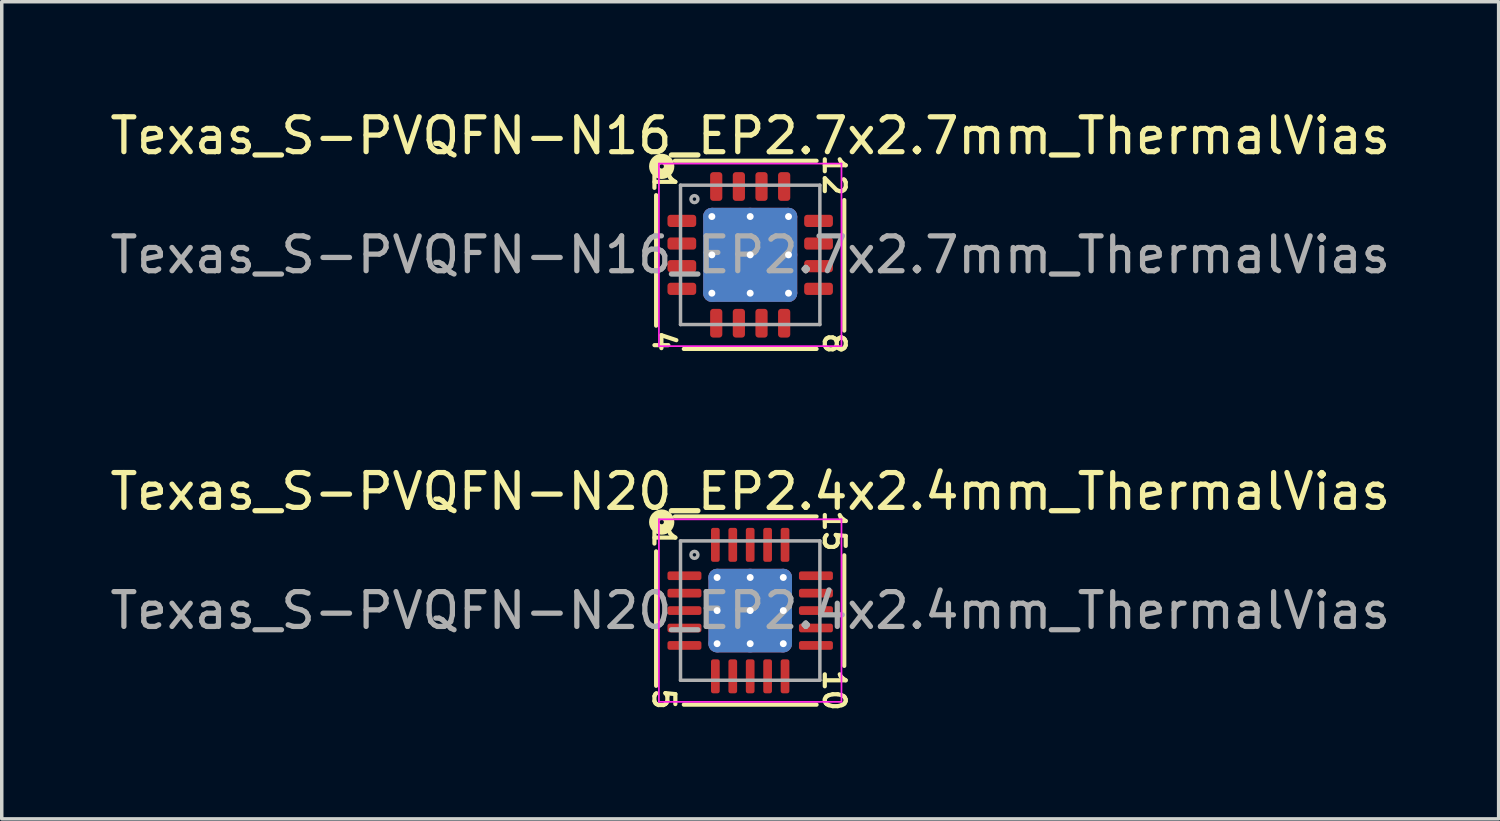
<source format=kicad_pcb>
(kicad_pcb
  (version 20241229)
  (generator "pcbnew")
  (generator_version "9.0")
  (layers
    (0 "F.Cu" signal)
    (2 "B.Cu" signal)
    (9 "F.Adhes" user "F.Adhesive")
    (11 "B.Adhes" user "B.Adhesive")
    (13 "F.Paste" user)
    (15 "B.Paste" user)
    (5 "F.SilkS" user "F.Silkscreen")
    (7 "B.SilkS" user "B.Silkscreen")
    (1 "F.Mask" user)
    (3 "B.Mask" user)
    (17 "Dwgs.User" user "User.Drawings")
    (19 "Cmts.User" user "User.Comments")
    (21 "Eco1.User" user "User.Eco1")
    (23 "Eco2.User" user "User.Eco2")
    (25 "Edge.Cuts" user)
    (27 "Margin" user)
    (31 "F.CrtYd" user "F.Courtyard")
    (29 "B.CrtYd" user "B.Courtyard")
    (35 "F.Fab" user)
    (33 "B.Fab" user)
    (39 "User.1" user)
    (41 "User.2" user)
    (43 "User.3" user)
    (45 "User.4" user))
  (footprint "Texas_S-PVQFN-N16_EP2.7x2.7mm_ThermalVias"
    (layer "F.Cu")
    (at 18.482 4.265)
    (property "Reference" "Texas_S-PVQFN-N16_EP2.7x2.7mm_ThermalVias" (at 0 -3.417 0) (layer "F.SilkS") (effects (font (size 1 1) (thickness 0.15))))
    (attr smd)
    (fp_line (start -2.7 -1.714) (end -2.7 2.032) (stroke (width 0.12) (type solid)) (layer "F.SilkS"))
    (fp_line (start -1.905 2.7) (end 1.905 2.7) (stroke (width 0.12) (type solid)) (layer "F.SilkS"))
    (fp_line (start 1.905 -2.7) (end -2.159 -2.7) (stroke (width 0.12) (type solid)) (layer "F.SilkS"))
    (fp_line (start 2.7 2.173) (end 2.7 -1.573) (stroke (width 0.12) (type solid)) (layer "F.SilkS"))
    (fp_circle (center -2.54 -2.54) (end -2.477 -2.54) (stroke (width 0.3) (type solid)) (fill no) (layer "F.SilkS"))
    (fp_line (start -2.62 -2.62) (end -2.62 2.62) (stroke (width 0.05) (type solid)) (layer "F.CrtYd"))
    (fp_line (start -2.62 2.62) (end 2.62 2.62) (stroke (width 0.05) (type solid)) (layer "F.CrtYd"))
    (fp_line (start 2.62 -2.62) (end -2.62 -2.62) (stroke (width 0.05) (type solid)) (layer "F.CrtYd"))
    (fp_line (start 2.62 2.62) (end 2.62 -2.62) (stroke (width 0.05) (type solid)) (layer "F.CrtYd"))
    (fp_line (start -2 -2) (end 2 -2) (stroke (width 0.1) (type solid)) (layer "F.Fab"))
    (fp_line (start -2 2) (end -2 -2) (stroke (width 0.1) (type solid)) (layer "F.Fab"))
    (fp_line (start 2 -2) (end 2 2) (stroke (width 0.1) (type solid)) (layer "F.Fab"))
    (fp_line (start 2 2) (end -2 2) (stroke (width 0.1) (type solid)) (layer "F.Fab"))
    (fp_circle (center -1.6 -1.6) (end -1.5 -1.6) (stroke (width 0.1) (type solid)) (fill no) (layer "F.Fab"))
    (fp_text user "12" (at 2.413 -2.286 270) (unlocked yes) (layer "F.SilkS") (effects (font (size 0.6 0.6) (thickness 0.12))))
    (fp_text user "8" (at 2.413 2.54 270) (unlocked yes) (layer "F.SilkS") (effects (font (size 0.6 0.6) (thickness 0.12))))
    (fp_text user "1" (at -2.477 -2.095 270) (unlocked yes) (layer "F.SilkS") (effects (font (size 0.6 0.6) (thickness 0.12))))
    (fp_text user "4" (at -2.477 2.477 270) (unlocked yes) (layer "F.SilkS") (effects (font (size 0.6 0.6) (thickness 0.12))))
    (fp_text user "${REFERENCE}" (at 0 0 0) (layer "F.Fab") (effects (font (size 1 1) (thickness 0.15))))
    (pad "" smd roundrect (at -0.55 -0.55) (size 0.955 0.955) (layers "F.Paste") (roundrect_rratio 0.25))
    (pad "" smd roundrect (at -0.55 0.55) (size 0.955 0.955) (layers "F.Paste") (roundrect_rratio 0.25))
    (pad "" smd roundrect (at 0.55 -0.55) (size 0.955 0.955) (layers "F.Paste") (roundrect_rratio 0.25))
    (pad "" smd roundrect (at 0.55 0.55) (size 0.955 0.955) (layers "F.Paste") (roundrect_rratio 0.25))
    (pad "1" smd roundrect (at -1.962 -0.975) (size 0.825 0.35) (layers "F.Cu" "F.Mask" "F.Paste") (roundrect_rratio 0.25))
    (pad "2" smd roundrect (at -1.962 -0.325) (size 0.825 0.35) (layers "F.Cu" "F.Mask" "F.Paste") (roundrect_rratio 0.25))
    (pad "3" smd roundrect (at -1.962 0.325) (size 0.825 0.35) (layers "F.Cu" "F.Mask" "F.Paste") (roundrect_rratio 0.25))
    (pad "4" smd roundrect (at -1.962 0.975) (size 0.825 0.35) (layers "F.Cu" "F.Mask" "F.Paste") (roundrect_rratio 0.25))
    (pad "5" smd roundrect (at -0.975 1.962) (size 0.35 0.825) (layers "F.Cu" "F.Mask" "F.Paste") (roundrect_rratio 0.25))
    (pad "6" smd roundrect (at -0.325 1.962) (size 0.35 0.825) (layers "F.Cu" "F.Mask" "F.Paste") (roundrect_rratio 0.25))
    (pad "7" smd roundrect (at 0.325 1.962) (size 0.35 0.825) (layers "F.Cu" "F.Mask" "F.Paste") (roundrect_rratio 0.25))
    (pad "8" smd roundrect (at 0.975 1.962) (size 0.35 0.825) (layers "F.Cu" "F.Mask" "F.Paste") (roundrect_rratio 0.25))
    (pad "9" smd roundrect (at 1.962 0.975) (size 0.825 0.35) (layers "F.Cu" "F.Mask" "F.Paste") (roundrect_rratio 0.25))
    (pad "10" smd roundrect (at 1.962 0.325) (size 0.825 0.35) (layers "F.Cu" "F.Mask" "F.Paste") (roundrect_rratio 0.25))
    (pad "11" smd roundrect (at 1.962 -0.325) (size 0.825 0.35) (layers "F.Cu" "F.Mask" "F.Paste") (roundrect_rratio 0.25))
    (pad "12" smd roundrect (at 1.962 -0.975) (size 0.825 0.35) (layers "F.Cu" "F.Mask" "F.Paste") (roundrect_rratio 0.25))
    (pad "13" smd roundrect (at 0.975 -1.962) (size 0.35 0.825) (layers "F.Cu" "F.Mask" "F.Paste") (roundrect_rratio 0.25))
    (pad "14" smd roundrect (at 0.325 -1.962) (size 0.35 0.825) (layers "F.Cu" "F.Mask" "F.Paste") (roundrect_rratio 0.25))
    (pad "15" smd roundrect (at -0.325 -1.962) (size 0.35 0.825) (layers "F.Cu" "F.Mask" "F.Paste") (roundrect_rratio 0.25))
    (pad "16" smd roundrect (at -0.975 -1.962) (size 0.35 0.825) (layers "F.Cu" "F.Mask" "F.Paste") (roundrect_rratio 0.25))
    (pad "17" thru_hole circle (at -1.1 -1.1) (size 0.5 0.5) (drill 0.2) (property pad_prop_heatsink) (layers "*.Cu"))
    (pad "17" thru_hole circle (at -1.1 0) (size 0.5 0.5) (drill 0.2) (property pad_prop_heatsink) (layers "*.Cu"))
    (pad "17" thru_hole circle (at -1.1 1.1) (size 0.5 0.5) (drill 0.2) (property pad_prop_heatsink) (layers "*.Cu"))
    (pad "17" thru_hole circle (at 0 -1.1) (size 0.5 0.5) (drill 0.2) (property pad_prop_heatsink) (layers "*.Cu"))
    (pad "17" thru_hole circle (at 0 0) (size 0.5 0.5) (drill 0.2) (property pad_prop_heatsink) (layers "*.Cu"))
    (pad "17" smd roundrect (at 0 0) (size 2.7 2.7) (layers "F.Cu" "F.Mask") (roundrect_rratio 0.093))
    (pad "17" smd roundrect (at 0 0) (size 2.7 2.7) (layers "B.Cu" "B.Mask") (roundrect_rratio 0.093))
    (pad "17" thru_hole circle (at 0 1.1) (size 0.5 0.5) (drill 0.2) (property pad_prop_heatsink) (layers "*.Cu"))
    (pad "17" thru_hole circle (at 1.1 -1.1) (size 0.5 0.5) (drill 0.2) (property pad_prop_heatsink) (layers "*.Cu"))
    (pad "17" thru_hole circle (at 1.1 0) (size 0.5 0.5) (drill 0.2) (property pad_prop_heatsink) (layers "*.Cu"))
    (pad "17" thru_hole circle (at 1.1 1.1) (size 0.5 0.5) (drill 0.2) (property pad_prop_heatsink) (layers "*.Cu")))
  (footprint "Texas_S-PVQFN-N20_EP2.4x2.4mm_ThermalVias"
    (layer "F.Cu")
    (at 18.482 14.475)
    (property "Reference" "Texas_S-PVQFN-N20_EP2.4x2.4mm_ThermalVias" (at 0 -3.417 0) (layer "F.SilkS") (effects (font (size 1 1) (thickness 0.15))))
    (attr smd)
    (fp_line (start -2.7 -1.7) (end -2.7 2.159) (stroke (width 0.12) (type solid)) (layer "F.SilkS"))
    (fp_line (start -1.905 2.7) (end 1.905 2.7) (stroke (width 0.12) (type solid)) (layer "F.SilkS"))
    (fp_line (start 1.905 -2.7) (end -2.159 -2.7) (stroke (width 0.12) (type solid)) (layer "F.SilkS"))
    (fp_line (start 2.7 1.587) (end 2.7 -1.587) (stroke (width 0.12) (type solid)) (layer "F.SilkS"))
    (fp_circle (center -2.54 -2.54) (end -2.477 -2.54) (stroke (width 0.3) (type solid)) (fill no) (layer "F.SilkS"))
    (fp_line (start -2.62 -2.62) (end -2.62 2.62) (stroke (width 0.05) (type solid)) (layer "F.CrtYd"))
    (fp_line (start -2.62 2.62) (end 2.62 2.62) (stroke (width 0.05) (type solid)) (layer "F.CrtYd"))
    (fp_line (start 2.62 -2.62) (end -2.62 -2.62) (stroke (width 0.05) (type solid)) (layer "F.CrtYd"))
    (fp_line (start 2.62 2.62) (end 2.62 -2.62) (stroke (width 0.05) (type solid)) (layer "F.CrtYd"))
    (fp_line (start -2 -2) (end 2 -2) (stroke (width 0.1) (type solid)) (layer "F.Fab"))
    (fp_line (start -2 2) (end -2 -2) (stroke (width 0.1) (type solid)) (layer "F.Fab"))
    (fp_line (start 2 -2) (end 2 2) (stroke (width 0.1) (type solid)) (layer "F.Fab"))
    (fp_line (start 2 2) (end -2 2) (stroke (width 0.1) (type solid)) (layer "F.Fab"))
    (fp_circle (center -1.6 -1.6) (end -1.5 -1.6) (stroke (width 0.1) (type solid)) (fill no) (layer "F.Fab"))
    (fp_text user "1" (at -2.477 -2.095 270) (unlocked yes) (layer "F.SilkS") (effects (font (size 0.6 0.6) (thickness 0.12))))
    (fp_text user "10" (at 2.413 2.286 270) (unlocked yes) (layer "F.SilkS") (effects (font (size 0.6 0.6) (thickness 0.12))))
    (fp_text user "5" (at -2.477 2.54 270) (unlocked yes) (layer "F.SilkS") (effects (font (size 0.6 0.6) (thickness 0.12))))
    (fp_text user "15" (at 2.413 -2.286 270) (unlocked yes) (layer "F.SilkS") (effects (font (size 0.6 0.6) (thickness 0.12))))
    (fp_text user "${REFERENCE}" (at 0 0 0) (layer "F.Fab") (effects (font (size 1 1) (thickness 0.15))))
    (pad "" smd custom (at -0.475 -0.475) (size 0.72 0.72) (layers "F.Paste") (options (anchor circle)) (primitives (gr_poly (pts (xy 0.296 -0.19) (xy 0.296 0.19) (xy 0.19 0.296) (xy -0.19 0.296) (xy -0.296 0.19) (xy -0.296 -0.19) (xy -0.19 -0.296) (xy 0.19 -0.296)) (width 0.256) (fill yes))))
    (pad "" smd custom (at -0.475 0.475) (size 0.72 0.72) (layers "F.Paste") (options (anchor circle)) (primitives (gr_poly (pts (xy 0.296 -0.19) (xy 0.296 0.19) (xy 0.19 0.296) (xy -0.19 0.296) (xy -0.296 0.19) (xy -0.296 -0.19) (xy -0.19 -0.296) (xy 0.19 -0.296)) (width 0.256) (fill yes))))
    (pad "" smd custom (at 0.475 -0.475) (size 0.72 0.72) (layers "F.Paste") (options (anchor circle)) (primitives (gr_poly (pts (xy 0.296 -0.19) (xy 0.296 0.19) (xy 0.19 0.296) (xy -0.19 0.296) (xy -0.296 0.19) (xy -0.296 -0.19) (xy -0.19 -0.296) (xy 0.19 -0.296)) (width 0.256) (fill yes))))
    (pad "" smd custom (at 0.475 0.475) (size 0.72 0.72) (layers "F.Paste") (options (anchor circle)) (primitives (gr_poly (pts (xy 0.296 -0.19) (xy 0.296 0.19) (xy 0.19 0.296) (xy -0.19 0.296) (xy -0.296 0.19) (xy -0.296 -0.19) (xy -0.19 -0.296) (xy 0.19 -0.296)) (width 0.256) (fill yes))))
    (pad "1" smd roundrect (at -1.887 -1) (size 0.975 0.25) (layers "F.Cu" "F.Mask" "F.Paste") (roundrect_rratio 0.25))
    (pad "2" smd roundrect (at -1.887 -0.5) (size 0.975 0.25) (layers "F.Cu" "F.Mask" "F.Paste") (roundrect_rratio 0.25))
    (pad "3" smd roundrect (at -1.887 0) (size 0.975 0.25) (layers "F.Cu" "F.Mask" "F.Paste") (roundrect_rratio 0.25))
    (pad "4" smd roundrect (at -1.887 0.5) (size 0.975 0.25) (layers "F.Cu" "F.Mask" "F.Paste") (roundrect_rratio 0.25))
    (pad "5" smd roundrect (at -1.887 1) (size 0.975 0.25) (layers "F.Cu" "F.Mask" "F.Paste") (roundrect_rratio 0.25))
    (pad "6" smd roundrect (at -1 1.887) (size 0.25 0.975) (layers "F.Cu" "F.Mask" "F.Paste") (roundrect_rratio 0.25))
    (pad "7" smd roundrect (at -0.5 1.887) (size 0.25 0.975) (layers "F.Cu" "F.Mask" "F.Paste") (roundrect_rratio 0.25))
    (pad "8" smd roundrect (at 0 1.887) (size 0.25 0.975) (layers "F.Cu" "F.Mask" "F.Paste") (roundrect_rratio 0.25))
    (pad "9" smd roundrect (at 0.5 1.887) (size 0.25 0.975) (layers "F.Cu" "F.Mask" "F.Paste") (roundrect_rratio 0.25))
    (pad "10" smd roundrect (at 1 1.887) (size 0.25 0.975) (layers "F.Cu" "F.Mask" "F.Paste") (roundrect_rratio 0.25))
    (pad "11" smd roundrect (at 1.887 1) (size 0.975 0.25) (layers "F.Cu" "F.Mask" "F.Paste") (roundrect_rratio 0.25))
    (pad "12" smd roundrect (at 1.887 0.5) (size 0.975 0.25) (layers "F.Cu" "F.Mask" "F.Paste") (roundrect_rratio 0.25))
    (pad "13" smd roundrect (at 1.887 0) (size 0.975 0.25) (layers "F.Cu" "F.Mask" "F.Paste") (roundrect_rratio 0.25))
    (pad "14" smd roundrect (at 1.887 -0.5) (size 0.975 0.25) (layers "F.Cu" "F.Mask" "F.Paste") (roundrect_rratio 0.25))
    (pad "15" smd roundrect (at 1.887 -1) (size 0.975 0.25) (layers "F.Cu" "F.Mask" "F.Paste") (roundrect_rratio 0.25))
    (pad "16" smd roundrect (at 1 -1.887) (size 0.25 0.975) (layers "F.Cu" "F.Mask" "F.Paste") (roundrect_rratio 0.25))
    (pad "17" smd roundrect (at 0.5 -1.887) (size 0.25 0.975) (layers "F.Cu" "F.Mask" "F.Paste") (roundrect_rratio 0.25))
    (pad "18" smd roundrect (at 0 -1.887) (size 0.25 0.975) (layers "F.Cu" "F.Mask" "F.Paste") (roundrect_rratio 0.25))
    (pad "19" smd roundrect (at -0.5 -1.887) (size 0.25 0.975) (layers "F.Cu" "F.Mask" "F.Paste") (roundrect_rratio 0.25))
    (pad "20" smd roundrect (at -1 -1.887) (size 0.25 0.975) (layers "F.Cu" "F.Mask" "F.Paste") (roundrect_rratio 0.25))
    (pad "21" thru_hole circle (at -0.95 -0.95) (size 0.5 0.5) (drill 0.2) (property pad_prop_heatsink) (layers "*.Cu"))
    (pad "21" thru_hole circle (at -0.95 0) (size 0.5 0.5) (drill 0.2) (property pad_prop_heatsink) (layers "*.Cu"))
    (pad "21" thru_hole circle (at -0.95 0.95) (size 0.5 0.5) (drill 0.2) (property pad_prop_heatsink) (layers "*.Cu"))
    (pad "21" thru_hole circle (at 0 -0.95) (size 0.5 0.5) (drill 0.2) (property pad_prop_heatsink) (layers "*.Cu"))
    (pad "21" thru_hole circle (at 0 0) (size 0.5 0.5) (drill 0.2) (property pad_prop_heatsink) (layers "*.Cu"))
    (pad "21" smd roundrect (at 0 0) (size 2.4 2.4) (layers "F.Cu" "F.Mask") (roundrect_rratio 0.104))
    (pad "21" smd roundrect (at 0 0) (size 2.4 2.4) (layers "B.Cu" "B.Mask") (roundrect_rratio 0.104))
    (pad "21" thru_hole circle (at 0 0.95) (size 0.5 0.5) (drill 0.2) (property pad_prop_heatsink) (layers "*.Cu"))
    (pad "21" thru_hole circle (at 0.95 -0.95) (size 0.5 0.5) (drill 0.2) (property pad_prop_heatsink) (layers "*.Cu"))
    (pad "21" thru_hole circle (at 0.95 0) (size 0.5 0.5) (drill 0.2) (property pad_prop_heatsink) (layers "*.Cu"))
    (pad "21" thru_hole circle (at 0.95 0.95) (size 0.5 0.5) (drill 0.2) (property pad_prop_heatsink) (layers "*.Cu")))
  (gr_rect
    (start -3 -3)
    (end 39.964 20.453)
    (stroke (width 0.1) (type default))
    (fill no)
    (layer "Edge.Cuts")))
</source>
